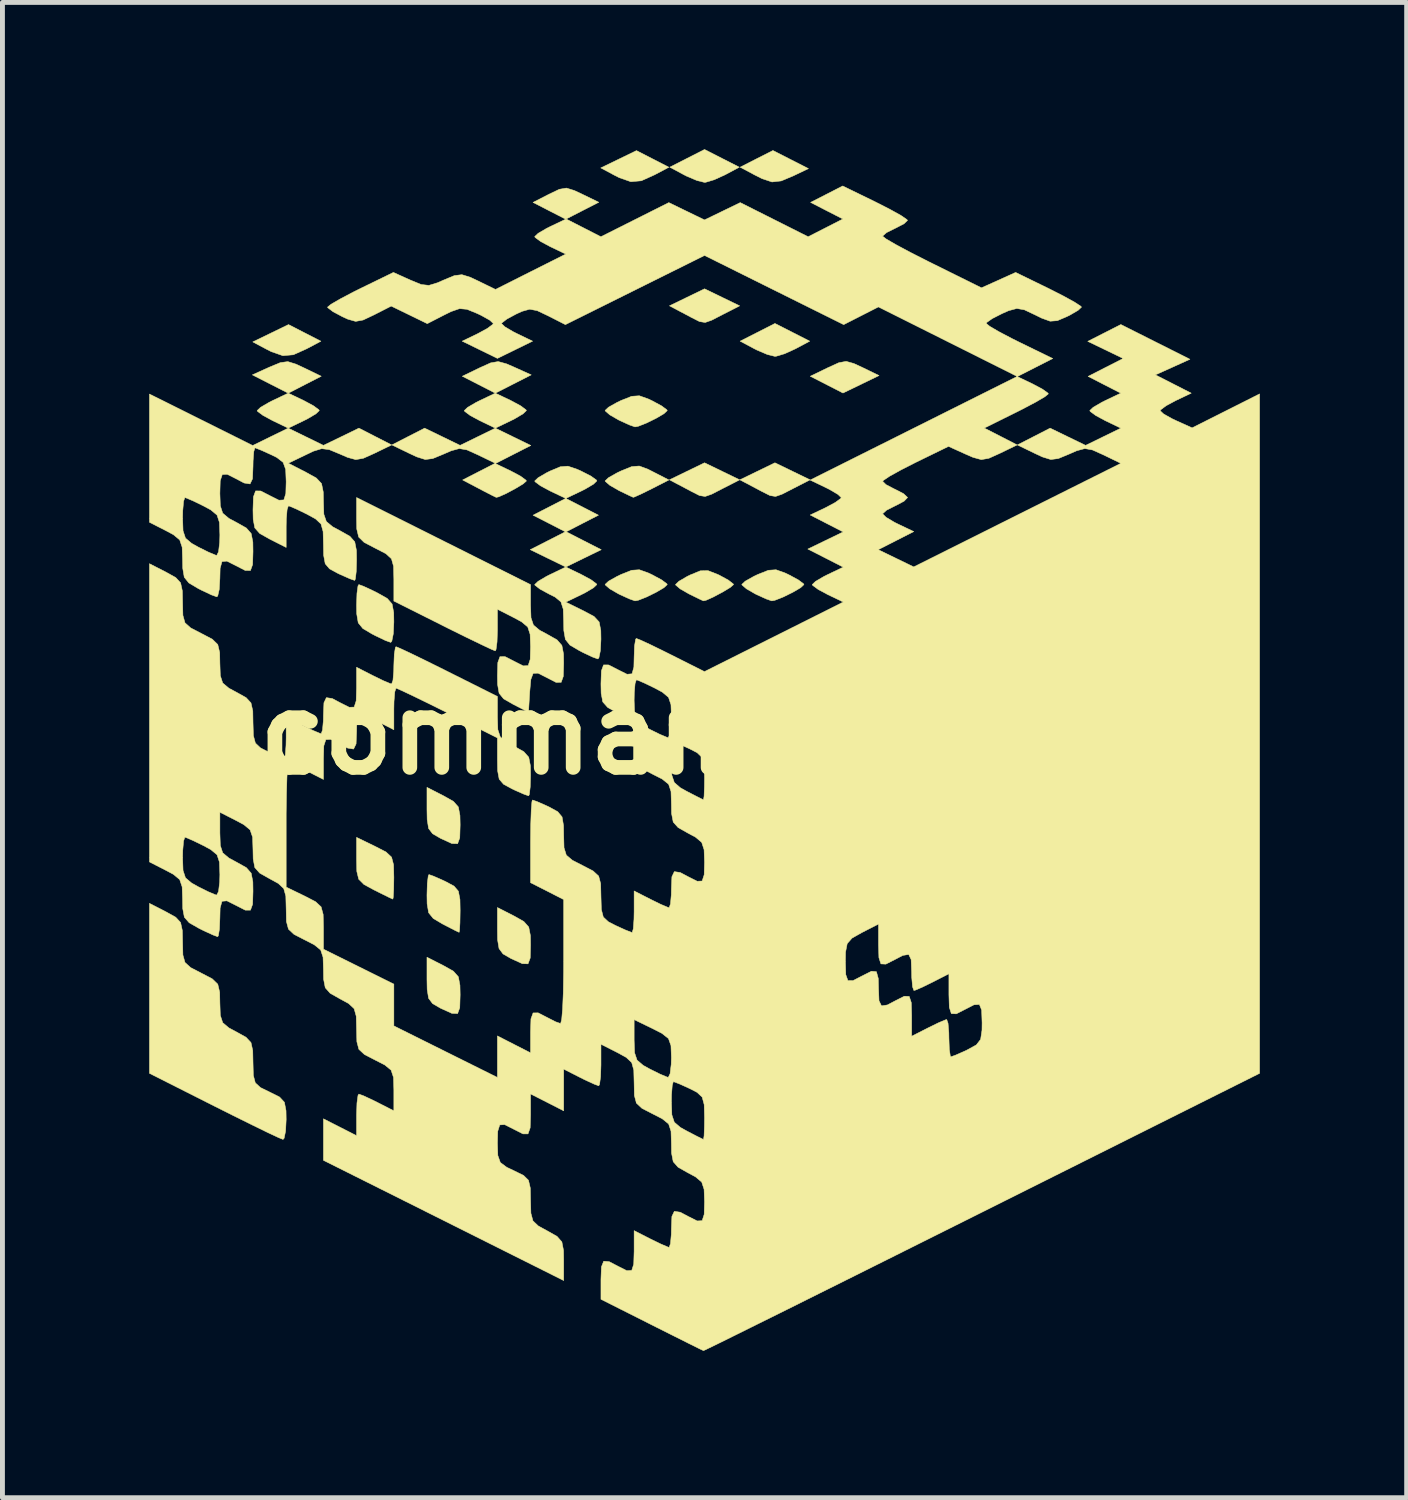
<source format=kicad_pcb>
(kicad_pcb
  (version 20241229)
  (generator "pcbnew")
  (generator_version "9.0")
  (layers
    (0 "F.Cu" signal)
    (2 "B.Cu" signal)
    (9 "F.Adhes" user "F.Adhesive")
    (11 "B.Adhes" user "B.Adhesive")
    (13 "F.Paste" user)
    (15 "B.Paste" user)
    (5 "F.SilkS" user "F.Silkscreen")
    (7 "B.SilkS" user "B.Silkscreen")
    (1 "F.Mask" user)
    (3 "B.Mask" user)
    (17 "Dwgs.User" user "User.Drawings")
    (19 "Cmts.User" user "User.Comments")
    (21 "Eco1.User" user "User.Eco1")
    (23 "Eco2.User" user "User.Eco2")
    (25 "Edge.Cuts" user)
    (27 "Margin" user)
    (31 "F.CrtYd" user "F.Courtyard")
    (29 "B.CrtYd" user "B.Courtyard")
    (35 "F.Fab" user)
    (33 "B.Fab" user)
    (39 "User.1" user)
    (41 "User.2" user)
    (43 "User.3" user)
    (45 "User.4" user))
  (footprint "command block"
    (layer "F.Cu")
    (at 11.35 11.946)
    (property "Reference" "command block" (at 0 0 0) (layer "F.SilkS") (effects (font (size 1.524 1.524) (thickness 0.3))))
    (attr through_hole)
    (fp_poly (pts (xy 3.052 -7.566) (xy 3.223 -7.487) (xy 3.567 -7.32) (xy 2.83 -6.963) (xy 2.161 -7.306) (xy 2.52 -7.48) (xy 2.744 -7.582) (xy 2.895 -7.61) (xy 3.052 -7.566)) (stroke (width 0.01) (type solid)) (fill yes) (layer "F.SilkS"))
    (fp_poly (pts (xy -8.172 -8.192) (xy -7.841 -8.022) (xy -8.133 -7.867) (xy -8.404 -7.745) (xy -8.618 -7.726) (xy -8.856 -7.809) (xy -8.956 -7.86) (xy -9.233 -8.008) (xy -8.503 -8.362) (xy -8.172 -8.192)) (stroke (width 0.01) (type solid)) (fill yes) (layer "F.SilkS"))
    (fp_poly (pts (xy -1.06 -11.748) (xy -0.729 -11.578) (xy -1.021 -11.423) (xy -1.292 -11.301) (xy -1.506 -11.282) (xy -1.744 -11.365) (xy -1.844 -11.416) (xy -2.121 -11.564) (xy -1.391 -11.918) (xy -1.06 -11.748)) (stroke (width 0.01) (type solid)) (fill yes) (layer "F.SilkS"))
    (fp_poly (pts (xy 0.718 -8.745) (xy 0.362 -8.563) (xy 0.145 -8.451) (xy 0.013 -8.405) (xy -0.103 -8.424) (xy -0.273 -8.51) (xy -0.38 -8.567) (xy -0.717 -8.745) (xy -0.359 -8.919) (xy 0 -9.093) (xy 0.718 -8.745)) (stroke (width 0.01) (type solid)) (fill yes) (layer "F.SilkS"))
    (fp_poly (pts (xy 0.718 -5.189) (xy 0.362 -5.007) (xy 0.145 -4.895) (xy 0.013 -4.849) (xy -0.103 -4.868) (xy -0.273 -4.954) (xy -0.38 -5.011) (xy -0.717 -5.189) (xy -0.359 -5.363) (xy 0 -5.537) (xy 0.718 -5.189)) (stroke (width 0.01) (type solid)) (fill yes) (layer "F.SilkS"))
    (fp_poly (pts (xy 1.761 -11.735) (xy 2.124 -11.55) (xy 1.821 -11.405) (xy 1.567 -11.298) (xy 1.379 -11.277) (xy 1.175 -11.345) (xy 1.02 -11.423) (xy 0.728 -11.579) (xy 1.063 -11.75) (xy 1.398 -11.92) (xy 1.761 -11.735)) (stroke (width 0.01) (type solid)) (fill yes) (layer "F.SilkS"))
    (fp_poly (pts (xy 1.798 -5.363) (xy 2.157 -5.189) (xy 1.802 -5.007) (xy 1.584 -4.895) (xy 1.452 -4.849) (xy 1.337 -4.868) (xy 1.166 -4.954) (xy 1.059 -5.011) (xy 0.722 -5.189) (xy 1.439 -5.537) (xy 1.798 -5.363)) (stroke (width 0.01) (type solid)) (fill yes) (layer "F.SilkS"))
    (fp_poly (pts (xy 0.355 -11.76) (xy 0.711 -11.579) (xy 0.419 -11.423) (xy 0.197 -11.322) (xy 0.023 -11.27) (xy 0 -11.268) (xy -0.154 -11.306) (xy -0.373 -11.399) (xy -0.419 -11.423) (xy -0.711 -11.579) (xy 0 -11.941) (xy 0.355 -11.76)) (stroke (width 0.01) (type solid)) (fill yes) (layer "F.SilkS"))
    (fp_poly (pts (xy 1.795 -8.204) (xy 2.15 -8.023) (xy 1.858 -7.867) (xy 1.637 -7.766) (xy 1.462 -7.714) (xy 1.439 -7.712) (xy 1.285 -7.75) (xy 1.067 -7.843) (xy 1.02 -7.867) (xy 0.728 -8.023) (xy 1.084 -8.204) (xy 1.439 -8.385) (xy 1.795 -8.204)) (stroke (width 0.01) (type solid)) (fill yes) (layer "F.SilkS"))
    (fp_poly (pts (xy -5.334 1.27) (xy -5.132 1.384) (xy -5.032 1.497) (xy -4.999 1.672) (xy -4.995 1.864) (xy -5.003 2.129) (xy -5.047 2.248) (xy -5.164 2.245) (xy -5.387 2.143) (xy -5.397 2.138) (xy -5.558 2.045) (xy -5.64 1.937) (xy -5.669 1.756) (xy -5.673 1.549) (xy -5.673 1.097) (xy -5.334 1.27)) (stroke (width 0.01) (type solid)) (fill yes) (layer "F.SilkS"))
    (fp_poly (pts (xy -5.334 4.741) (xy -5.132 4.855) (xy -5.032 4.968) (xy -4.999 5.143) (xy -4.995 5.336) (xy -5.003 5.601) (xy -5.047 5.72) (xy -5.164 5.716) (xy -5.387 5.615) (xy -5.397 5.61) (xy -5.558 5.517) (xy -5.64 5.408) (xy -5.669 5.228) (xy -5.673 5.021) (xy -5.673 4.569) (xy -5.334 4.741)) (stroke (width 0.01) (type solid)) (fill yes) (layer "F.SilkS"))
    (fp_poly (pts (xy -3.895 3.725) (xy -3.693 3.839) (xy -3.593 3.952) (xy -3.559 4.127) (xy -3.556 4.32) (xy -3.563 4.585) (xy -3.608 4.704) (xy -3.725 4.7) (xy -3.948 4.599) (xy -3.958 4.594) (xy -4.119 4.501) (xy -4.2 4.392) (xy -4.23 4.212) (xy -4.233 4.005) (xy -4.233 3.553) (xy -3.895 3.725)) (stroke (width 0.01) (type solid)) (fill yes) (layer "F.SilkS"))
    (fp_poly (pts (xy -6.731 2.304) (xy -6.51 2.418) (xy -6.397 2.523) (xy -6.356 2.679) (xy -6.35 2.938) (xy -6.354 3.186) (xy -6.363 3.347) (xy -6.371 3.381) (xy -6.452 3.344) (xy -6.634 3.254) (xy -6.752 3.195) (xy -6.961 3.082) (xy -7.068 2.975) (xy -7.107 2.814) (xy -7.112 2.567) (xy -7.112 2.119) (xy -6.731 2.304)) (stroke (width 0.01) (type solid)) (fill yes) (layer "F.SilkS"))
    (fp_poly (pts (xy -1.156 -5.405) (xy -1.052 -5.352) (xy -0.728 -5.186) (xy -1.08 -5.006) (xy -1.293 -4.901) (xy -1.431 -4.839) (xy -1.457 -4.831) (xy -1.541 -4.869) (xy -1.717 -4.954) (xy -1.757 -4.974) (xy -1.937 -5.078) (xy -2.029 -5.158) (xy -2.032 -5.167) (xy -1.962 -5.233) (xy -1.787 -5.332) (xy -1.705 -5.371) (xy -1.488 -5.459) (xy -1.334 -5.471) (xy -1.156 -5.405)) (stroke (width 0.01) (type solid)) (fill yes) (layer "F.SilkS"))
    (fp_poly (pts (xy -6.97 -3.013) (xy -6.779 -2.924) (xy -6.685 -2.877) (xy -6.485 -2.764) (xy -6.386 -2.651) (xy -6.353 -2.475) (xy -6.35 -2.284) (xy -6.361 -2.044) (xy -6.391 -1.893) (xy -6.413 -1.866) (xy -6.522 -1.905) (xy -6.717 -1.998) (xy -6.795 -2.038) (xy -6.984 -2.15) (xy -7.078 -2.266) (xy -7.109 -2.449) (xy -7.112 -2.627) (xy -7.104 -2.868) (xy -7.083 -3.02) (xy -7.066 -3.048) (xy -6.97 -3.013)) (stroke (width 0.01) (type solid)) (fill yes) (layer "F.SilkS"))
    (fp_poly (pts (xy -5.539 2.912) (xy -5.353 2.994) (xy -5.295 3.021) (xy -5.12 3.115) (xy -5.031 3.219) (xy -4.999 3.39) (xy -4.995 3.614) (xy -4.999 3.863) (xy -5.008 4.025) (xy -5.016 4.06) (xy -5.097 4.022) (xy -5.274 3.931) (xy -5.355 3.889) (xy -5.545 3.776) (xy -5.639 3.66) (xy -5.67 3.478) (xy -5.673 3.3) (xy -5.666 3.059) (xy -5.647 2.907) (xy -5.633 2.879) (xy -5.539 2.912)) (stroke (width 0.01) (type solid)) (fill yes) (layer "F.SilkS"))
    (fp_poly (pts (xy -1.148 -6.841) (xy -1.074 -6.806) (xy -0.879 -6.701) (xy -0.77 -6.62) (xy -0.762 -6.604) (xy -0.83 -6.54) (xy -0.994 -6.444) (xy -1.19 -6.348) (xy -1.358 -6.282) (xy -1.421 -6.271) (xy -1.531 -6.309) (xy -1.722 -6.396) (xy -1.757 -6.413) (xy -1.937 -6.517) (xy -2.029 -6.597) (xy -2.032 -6.607) (xy -1.962 -6.673) (xy -1.788 -6.771) (xy -1.709 -6.809) (xy -1.49 -6.896) (xy -1.333 -6.907) (xy -1.148 -6.841)) (stroke (width 0.01) (type solid)) (fill yes) (layer "F.SilkS"))
    (fp_poly (pts (xy -1.148 -3.285) (xy -1.074 -3.25) (xy -0.879 -3.145) (xy -0.77 -3.064) (xy -0.762 -3.048) (xy -0.83 -2.984) (xy -0.994 -2.888) (xy -1.19 -2.792) (xy -1.358 -2.726) (xy -1.421 -2.715) (xy -1.531 -2.753) (xy -1.722 -2.84) (xy -1.757 -2.857) (xy -1.937 -2.961) (xy -2.029 -3.041) (xy -2.032 -3.051) (xy -1.962 -3.117) (xy -1.788 -3.215) (xy -1.709 -3.253) (xy -1.49 -3.34) (xy -1.333 -3.351) (xy -1.148 -3.285)) (stroke (width 0.01) (type solid)) (fill yes) (layer "F.SilkS"))
    (fp_poly (pts (xy 0.27 -3.255) (xy 0.296 -3.243) (xy 0.486 -3.14) (xy 0.587 -3.061) (xy 0.593 -3.048) (xy 0.526 -2.989) (xy 0.368 -2.894) (xy 0.182 -2.795) (xy 0.029 -2.726) (xy -0.024 -2.715) (xy -0.104 -2.752) (xy -0.277 -2.837) (xy -0.318 -2.857) (xy -0.498 -2.96) (xy -0.59 -3.039) (xy -0.593 -3.048) (xy -0.524 -3.115) (xy -0.353 -3.215) (xy -0.296 -3.243) (xy -0.087 -3.329) (xy 0.07 -3.333) (xy 0.27 -3.255)) (stroke (width 0.01) (type solid)) (fill yes) (layer "F.SilkS"))
    (fp_poly (pts (xy 1.646 -3.285) (xy 1.72 -3.25) (xy 1.915 -3.145) (xy 2.024 -3.064) (xy 2.032 -3.048) (xy 1.964 -2.984) (xy 1.8 -2.888) (xy 1.604 -2.792) (xy 1.436 -2.726) (xy 1.373 -2.715) (xy 1.263 -2.753) (xy 1.072 -2.84) (xy 1.037 -2.857) (xy 0.857 -2.961) (xy 0.765 -3.041) (xy 0.762 -3.051) (xy 0.832 -3.117) (xy 1.006 -3.215) (xy 1.085 -3.253) (xy 1.304 -3.34) (xy 1.461 -3.351) (xy 1.646 -3.285)) (stroke (width 0.01) (type solid)) (fill yes) (layer "F.SilkS"))
    (fp_poly (pts (xy -9.023 -6.504) (xy -9.135 -6.587) (xy -9.144 -6.604) (xy -9.075 -6.67) (xy -8.902 -6.771) (xy -8.827 -6.809) (xy -8.509 -6.96) (xy -8.876 -7.147) (xy -9.242 -7.334) (xy -8.893 -7.492) (xy -8.671 -7.584) (xy -8.517 -7.605) (xy -8.348 -7.552) (xy -8.189 -7.478) (xy -7.834 -7.306) (xy -8.171 -7.133) (xy -8.508 -6.96) (xy -8.191 -6.809) (xy -7.994 -6.703) (xy -7.883 -6.621) (xy -7.874 -6.604) (xy -7.943 -6.538) (xy -8.115 -6.436) (xy -8.191 -6.398) (xy -8.509 -6.245) (xy -8.826 -6.398) (xy -9.023 -6.504)) (stroke (width 0.01) (type solid)) (fill yes) (layer "F.SilkS"))
    (fp_poly (pts (xy -4.79 -6.504) (xy -4.901 -6.587) (xy -4.911 -6.604) (xy -4.842 -6.67) (xy -4.669 -6.771) (xy -4.593 -6.809) (xy -4.276 -6.96) (xy -4.613 -7.133) (xy -4.951 -7.306) (xy -4.596 -7.478) (xy -4.372 -7.579) (xy -4.217 -7.606) (xy -4.049 -7.56) (xy -3.892 -7.492) (xy -3.542 -7.334) (xy -3.909 -7.147) (xy -4.276 -6.96) (xy -3.958 -6.809) (xy -3.761 -6.703) (xy -3.65 -6.621) (xy -3.641 -6.604) (xy -3.71 -6.538) (xy -3.882 -6.436) (xy -3.958 -6.398) (xy -4.276 -6.245) (xy -4.593 -6.398) (xy -4.79 -6.504)) (stroke (width 0.01) (type solid)) (fill yes) (layer "F.SilkS"))
    (fp_poly (pts (xy -3.562 -3.761) (xy -3.203 -3.944) (xy -2.845 -4.127) (xy -3.175 -4.297) (xy -3.505 -4.466) (xy -2.837 -4.809) (xy -3.154 -4.96) (xy -3.351 -5.066) (xy -3.462 -5.148) (xy -3.471 -5.165) (xy -3.402 -5.231) (xy -3.23 -5.332) (xy -3.16 -5.367) (xy -2.948 -5.456) (xy -2.792 -5.468) (xy -2.601 -5.403) (xy -2.525 -5.369) (xy -2.325 -5.267) (xy -2.211 -5.186) (xy -2.201 -5.167) (xy -2.27 -5.1) (xy -2.443 -4.998) (xy -2.519 -4.96) (xy -2.836 -4.809) (xy -2.168 -4.466) (xy -2.498 -4.297) (xy -2.828 -4.127) (xy -2.47 -3.944) (xy -2.111 -3.761) (xy -2.474 -3.584) (xy -2.836 -3.407) (xy -3.199 -3.584) (xy -3.562 -3.761)) (stroke (width 0.01) (type solid)) (fill yes) (layer "F.SilkS"))
    (fp_poly (pts (xy -3.913 -6.068) (xy -3.55 -5.891) (xy -3.913 -5.706) (xy -4.276 -5.521) (xy -3.958 -5.369) (xy -3.761 -5.264) (xy -3.65 -5.182) (xy -3.641 -5.165) (xy -3.707 -5.106) (xy -3.865 -5.011) (xy -4.051 -4.911) (xy -4.205 -4.842) (xy -4.257 -4.83) (xy -4.336 -4.868) (xy -4.513 -4.959) (xy -4.61 -5.01) (xy -4.944 -5.186) (xy -4.611 -5.357) (xy -4.278 -5.528) (xy -4.633 -5.7) (xy -4.857 -5.801) (xy -5.012 -5.828) (xy -5.18 -5.782) (xy -5.334 -5.715) (xy -5.554 -5.624) (xy -5.708 -5.604) (xy -5.878 -5.657) (xy -6.035 -5.73) (xy -6.39 -5.902) (xy -6.055 -6.074) (xy -5.721 -6.245) (xy -5.358 -6.069) (xy -4.996 -5.893) (xy -4.276 -6.245) (xy -3.913 -6.068)) (stroke (width 0.01) (type solid)) (fill yes) (layer "F.SilkS"))
    (fp_poly (pts (xy -2.519 -3.254) (xy -2.322 -3.148) (xy -2.211 -3.065) (xy -2.201 -3.048) (xy -2.27 -2.982) (xy -2.443 -2.88) (xy -2.519 -2.842) (xy -2.836 -2.689) (xy -2.477 -2.513) (xy -2.259 -2.397) (xy -2.154 -2.284) (xy -2.12 -2.109) (xy -2.117 -1.931) (xy -2.129 -1.696) (xy -2.159 -1.551) (xy -2.18 -1.528) (xy -2.289 -1.567) (xy -2.484 -1.659) (xy -2.561 -1.699) (xy -2.751 -1.811) (xy -2.844 -1.927) (xy -2.876 -2.109) (xy -2.879 -2.289) (xy -2.888 -2.546) (xy -2.935 -2.694) (xy -3.053 -2.792) (xy -3.175 -2.853) (xy -3.364 -2.956) (xy -3.466 -3.035) (xy -3.471 -3.048) (xy -3.402 -3.114) (xy -3.23 -3.216) (xy -3.154 -3.254) (xy -2.836 -3.407) (xy -2.519 -3.254)) (stroke (width 0.01) (type solid)) (fill yes) (layer "F.SilkS"))
    (fp_poly (pts (xy -11.007 3.641) (xy -10.809 3.751) (xy -10.709 3.859) (xy -10.673 4.024) (xy -10.668 4.261) (xy -10.662 4.523) (xy -10.619 4.676) (xy -10.503 4.781) (xy -10.287 4.893) (xy -10.061 5.011) (xy -9.949 5.12) (xy -9.91 5.284) (xy -9.906 5.501) (xy -9.897 5.757) (xy -9.848 5.907) (xy -9.722 6.013) (xy -9.567 6.096) (xy -9.371 6.205) (xy -9.27 6.313) (xy -9.234 6.477) (xy -9.229 6.72) (xy -9.222 6.984) (xy -9.182 7.136) (xy -9.076 7.233) (xy -8.89 7.324) (xy -8.686 7.426) (xy -8.587 7.533) (xy -8.554 7.706) (xy -8.551 7.887) (xy -8.563 8.123) (xy -8.593 8.269) (xy -8.615 8.293) (xy -8.708 8.255) (xy -8.926 8.153) (xy -9.243 7.998) (xy -9.635 7.804) (xy -10.012 7.615) (xy -11.345 6.942) (xy -11.345 3.468) (xy -11.007 3.641)) (stroke (width 0.01) (type solid)) (fill yes) (layer "F.SilkS"))
    (fp_poly (pts (xy -5.334 -3.937) (xy -3.556 -3.047) (xy -3.556 -2.626) (xy -3.547 -2.37) (xy -3.497 -2.221) (xy -3.37 -2.114) (xy -3.217 -2.032) (xy -3.015 -1.918) (xy -2.916 -1.805) (xy -2.882 -1.63) (xy -2.879 -1.438) (xy -2.887 -1.171) (xy -2.931 -1.049) (xy -3.037 -1.05) (xy -3.217 -1.143) (xy -3.402 -1.237) (xy -3.503 -1.234) (xy -3.55 -1.109) (xy -3.573 -0.855) (xy -3.598 -0.439) (xy -3.916 -0.603) (xy -4.106 -0.712) (xy -4.199 -0.827) (xy -4.23 -1.008) (xy -4.233 -1.187) (xy -4.225 -1.454) (xy -4.181 -1.575) (xy -4.075 -1.574) (xy -3.895 -1.482) (xy -3.706 -1.386) (xy -3.605 -1.391) (xy -3.563 -1.52) (xy -3.556 -1.776) (xy -3.565 -2.032) (xy -3.614 -2.182) (xy -3.741 -2.288) (xy -3.895 -2.371) (xy -4.233 -2.543) (xy -4.233 -2.118) (xy -4.241 -1.876) (xy -4.261 -1.722) (xy -4.277 -1.693) (xy -4.365 -1.729) (xy -4.574 -1.828) (xy -4.876 -1.974) (xy -5.242 -2.155) (xy -5.335 -2.202) (xy -6.35 -2.711) (xy -6.35 -3.159) (xy -6.356 -3.422) (xy -6.399 -3.575) (xy -6.514 -3.68) (xy -6.731 -3.792) (xy -6.957 -3.91) (xy -7.069 -4.019) (xy -7.108 -4.183) (xy -7.112 -4.402) (xy -7.112 -4.827) (xy -5.334 -3.937)) (stroke (width 0.01) (type solid)) (fill yes) (layer "F.SilkS"))
    (fp_poly (pts (xy -8.149 -6.069) (xy -7.789 -5.893) (xy -7.426 -6.069) (xy -7.064 -6.245) (xy -6.395 -5.902) (xy -6.749 -5.73) (xy -6.974 -5.629) (xy -7.129 -5.602) (xy -7.297 -5.648) (xy -7.451 -5.715) (xy -7.67 -5.806) (xy -7.825 -5.826) (xy -7.995 -5.774) (xy -8.152 -5.699) (xy -8.507 -5.528) (xy -8.148 -5.344) (xy -7.934 -5.225) (xy -7.828 -5.112) (xy -7.793 -4.94) (xy -7.789 -4.741) (xy -7.781 -4.486) (xy -7.73 -4.337) (xy -7.602 -4.23) (xy -7.451 -4.149) (xy -7.249 -4.035) (xy -7.149 -3.922) (xy -7.115 -3.747) (xy -7.112 -3.554) (xy -7.119 -3.313) (xy -7.137 -3.161) (xy -7.151 -3.133) (xy -7.246 -3.166) (xy -7.432 -3.248) (xy -7.49 -3.275) (xy -7.665 -3.37) (xy -7.753 -3.474) (xy -7.785 -3.646) (xy -7.789 -3.866) (xy -7.796 -4.131) (xy -7.839 -4.286) (xy -7.95 -4.39) (xy -8.125 -4.486) (xy -8.337 -4.589) (xy -8.48 -4.65) (xy -8.506 -4.657) (xy -8.532 -4.58) (xy -8.548 -4.386) (xy -8.551 -4.232) (xy -8.551 -3.807) (xy -8.89 -3.979) (xy -9.092 -4.093) (xy -9.192 -4.206) (xy -9.225 -4.381) (xy -9.229 -4.574) (xy -9.22 -4.841) (xy -9.176 -4.962) (xy -9.071 -4.961) (xy -8.89 -4.868) (xy -8.699 -4.772) (xy -8.598 -4.778) (xy -8.558 -4.91) (xy -8.551 -5.149) (xy -8.561 -5.401) (xy -8.613 -5.545) (xy -8.741 -5.645) (xy -8.851 -5.699) (xy -9.051 -5.79) (xy -9.176 -5.839) (xy -9.189 -5.842) (xy -9.213 -5.766) (xy -9.227 -5.575) (xy -9.229 -5.461) (xy -9.239 -5.21) (xy -9.289 -5.105) (xy -9.411 -5.124) (xy -9.567 -5.207) (xy -9.756 -5.302) (xy -9.857 -5.297) (xy -9.899 -5.169) (xy -9.906 -4.912) (xy -9.897 -4.657) (xy -9.848 -4.507) (xy -9.721 -4.4) (xy -9.567 -4.318) (xy -9.365 -4.204) (xy -9.266 -4.091) (xy -9.232 -3.916) (xy -9.229 -3.724) (xy -9.237 -3.457) (xy -9.281 -3.335) (xy -9.387 -3.336) (xy -9.567 -3.429) (xy -9.762 -3.527) (xy -9.863 -3.518) (xy -9.901 -3.379) (xy -9.906 -3.175) (xy -9.919 -2.949) (xy -9.95 -2.814) (xy -9.97 -2.798) (xy -10.078 -2.837) (xy -10.273 -2.929) (xy -10.351 -2.969) (xy -10.541 -3.082) (xy -10.634 -3.198) (xy -10.665 -3.382) (xy -10.668 -3.556) (xy -10.677 -3.812) (xy -10.727 -3.961) (xy -10.856 -4.068) (xy -11.007 -4.149) (xy -11.345 -4.321) (xy -11.345 -4.405) (xy -10.668 -4.405) (xy -10.659 -4.148) (xy -10.609 -3.997) (xy -10.483 -3.89) (xy -10.351 -3.816) (xy -10.14 -3.711) (xy -9.994 -3.65) (xy -9.97 -3.644) (xy -9.933 -3.718) (xy -9.91 -3.911) (xy -9.906 -4.062) (xy -9.915 -4.318) (xy -9.964 -4.468) (xy -10.091 -4.574) (xy -10.241 -4.655) (xy -10.454 -4.759) (xy -10.597 -4.819) (xy -10.622 -4.826) (xy -10.648 -4.75) (xy -10.665 -4.555) (xy -10.668 -4.405) (xy -11.345 -4.405) (xy -11.345 -6.942) (xy -10.29 -6.416) (xy -9.235 -5.89) (xy -8.872 -6.068) (xy -8.509 -6.245) (xy -8.149 -6.069)) (stroke (width 0.01) (type solid)) (fill yes) (layer "F.SilkS"))
    (fp_poly (pts (xy 3.486 -10.872) (xy 3.783 -10.721) (xy 4.012 -10.594) (xy 4.136 -10.509) (xy 4.149 -10.492) (xy 4.079 -10.424) (xy 3.91 -10.336) (xy 3.895 -10.329) (xy 3.72 -10.242) (xy 3.641 -10.172) (xy 3.641 -10.168) (xy 3.712 -10.112) (xy 3.908 -9.998) (xy 4.201 -9.841) (xy 4.562 -9.657) (xy 4.651 -9.613) (xy 5.661 -9.113) (xy 6.01 -9.27) (xy 6.359 -9.428) (xy 7.032 -9.1) (xy 7.331 -8.948) (xy 7.562 -8.821) (xy 7.69 -8.737) (xy 7.705 -8.719) (xy 7.636 -8.654) (xy 7.465 -8.554) (xy 7.405 -8.525) (xy 7.211 -8.442) (xy 7.064 -8.431) (xy 6.888 -8.495) (xy 6.759 -8.559) (xy 6.537 -8.664) (xy 6.383 -8.691) (xy 6.215 -8.646) (xy 6.084 -8.588) (xy 5.883 -8.486) (xy 5.768 -8.405) (xy 5.757 -8.386) (xy 5.828 -8.327) (xy 6.018 -8.216) (xy 6.292 -8.072) (xy 6.437 -8) (xy 7.117 -7.668) (xy 6.392 -7.299) (xy 6.71 -7.147) (xy 6.907 -7.042) (xy 7.018 -6.962) (xy 7.027 -6.946) (xy 6.957 -6.888) (xy 6.768 -6.777) (xy 6.497 -6.634) (xy 6.372 -6.571) (xy 5.718 -6.247) (xy 6.054 -6.075) (xy 6.39 -5.902) (xy 6.035 -5.73) (xy 5.811 -5.629) (xy 5.656 -5.602) (xy 5.488 -5.648) (xy 5.334 -5.715) (xy 4.987 -5.872) (xy 4.314 -5.544) (xy 4.014 -5.391) (xy 3.783 -5.263) (xy 3.655 -5.177) (xy 3.641 -5.158) (xy 3.71 -5.09) (xy 3.879 -5.002) (xy 3.895 -4.995) (xy 4.069 -4.905) (xy 4.148 -4.83) (xy 4.149 -4.826) (xy 4.079 -4.753) (xy 3.91 -4.663) (xy 3.895 -4.657) (xy 3.72 -4.568) (xy 3.641 -4.496) (xy 3.641 -4.493) (xy 3.71 -4.423) (xy 3.883 -4.32) (xy 3.958 -4.283) (xy 4.276 -4.131) (xy 3.913 -3.946) (xy 3.55 -3.761) (xy 3.913 -3.585) (xy 4.276 -3.409) (xy 8.509 -5.526) (xy 8.153 -5.699) (xy 7.928 -5.8) (xy 7.773 -5.828) (xy 7.606 -5.783) (xy 7.451 -5.715) (xy 7.231 -5.624) (xy 7.077 -5.604) (xy 6.906 -5.657) (xy 6.749 -5.73) (xy 6.395 -5.902) (xy 7.064 -6.245) (xy 7.426 -6.069) (xy 7.789 -5.893) (xy 8.509 -6.245) (xy 8.191 -6.398) (xy 7.995 -6.504) (xy 7.883 -6.587) (xy 7.874 -6.604) (xy 7.943 -6.67) (xy 8.116 -6.771) (xy 8.191 -6.809) (xy 8.508 -6.96) (xy 8.174 -7.131) (xy 7.84 -7.303) (xy 8.198 -7.486) (xy 8.557 -7.669) (xy 8.195 -7.844) (xy 7.833 -8.019) (xy 8.509 -8.363) (xy 9.215 -8.008) (xy 9.921 -7.653) (xy 9.568 -7.493) (xy 9.215 -7.334) (xy 9.582 -7.147) (xy 9.948 -6.96) (xy 9.631 -6.809) (xy 9.434 -6.703) (xy 9.322 -6.619) (xy 9.313 -6.601) (xy 9.383 -6.535) (xy 9.558 -6.437) (xy 9.64 -6.398) (xy 9.966 -6.251) (xy 10.656 -6.598) (xy 11.345 -6.945) (xy 11.345 6.942) (xy 5.673 9.779) (xy 4.76 10.235) (xy 3.893 10.668) (xy 3.082 11.073) (xy 2.339 11.443) (xy 1.677 11.773) (xy 1.106 12.056) (xy 0.64 12.287) (xy 0.288 12.461) (xy 0.064 12.57) (xy -0.021 12.61) (xy -0.021 12.61) (xy -0.1 12.573) (xy -0.302 12.473) (xy -0.599 12.324) (xy -0.964 12.141) (xy -1.079 12.083) (xy -2.117 11.56) (xy -2.117 11.156) (xy -2.107 10.896) (xy -2.061 10.782) (xy -1.949 10.791) (xy -1.778 10.88) (xy -1.59 10.975) (xy -1.488 10.97) (xy -1.447 10.842) (xy -1.439 10.582) (xy -1.439 10.157) (xy -1.104 10.328) (xy -0.892 10.431) (xy -0.749 10.492) (xy -0.723 10.499) (xy -0.696 10.423) (xy -0.679 10.231) (xy -0.677 10.118) (xy -0.667 9.866) (xy -0.617 9.762) (xy -0.495 9.781) (xy -0.339 9.864) (xy -0.15 9.959) (xy -0.049 9.954) (xy -0.007 9.825) (xy 0 9.569) (xy -0.009 9.313) (xy -0.058 9.164) (xy -0.185 9.057) (xy -0.339 8.975) (xy -0.54 8.861) (xy -0.64 8.748) (xy -0.674 8.574) (xy -0.677 8.379) (xy -0.685 8.125) (xy -0.734 7.976) (xy -0.865 7.87) (xy -1.058 7.771) (xy -1.279 7.657) (xy -1.392 7.551) (xy -1.397 7.533) (xy -0.677 7.533) (xy -0.668 7.79) (xy -0.618 7.941) (xy -0.493 8.048) (xy -0.36 8.122) (xy -0.16 8.226) (xy -0.037 8.287) (xy -0.021 8.294) (xy -0.009 8.219) (xy -0.002 8.024) (xy 0 7.847) (xy -0.007 7.582) (xy -0.048 7.429) (xy -0.152 7.331) (xy -0.299 7.255) (xy -0.499 7.164) (xy -0.625 7.115) (xy -0.638 7.112) (xy -0.66 7.188) (xy -0.675 7.383) (xy -0.677 7.533) (xy -1.397 7.533) (xy -1.434 7.395) (xy -1.439 7.139) (xy -1.446 6.875) (xy -1.489 6.721) (xy -1.601 6.616) (xy -1.778 6.519) (xy -2.117 6.347) (xy -2.117 6.772) (xy -2.125 7.014) (xy -2.146 7.168) (xy -2.162 7.197) (xy -2.259 7.161) (xy -2.449 7.073) (xy -2.543 7.026) (xy -2.879 6.855) (xy -2.879 7.708) (xy -3.217 7.535) (xy -3.556 7.363) (xy -3.556 7.788) (xy -3.564 8.056) (xy -3.608 8.179) (xy -3.712 8.179) (xy -3.895 8.086) (xy -4.085 7.99) (xy -4.186 7.996) (xy -4.227 8.127) (xy -4.233 8.369) (xy -4.225 8.62) (xy -4.174 8.764) (xy -4.043 8.862) (xy -3.895 8.932) (xy -3.698 9.029) (xy -3.598 9.128) (xy -3.561 9.287) (xy -3.556 9.536) (xy -3.549 9.801) (xy -3.507 9.957) (xy -3.398 10.061) (xy -3.217 10.16) (xy -3.015 10.274) (xy -2.916 10.387) (xy -2.882 10.562) (xy -2.879 10.755) (xy -2.879 11.177) (xy -5.334 9.948) (xy -7.789 8.72) (xy -7.789 7.871) (xy -7.451 8.043) (xy -7.112 8.216) (xy -7.112 7.791) (xy -7.104 7.549) (xy -7.083 7.395) (xy -7.066 7.366) (xy -6.97 7.401) (xy -6.779 7.49) (xy -6.685 7.537) (xy -6.35 7.708) (xy -6.35 7.282) (xy -6.357 7.026) (xy -6.406 6.877) (xy -6.535 6.771) (xy -6.731 6.671) (xy -6.952 6.556) (xy -7.065 6.451) (xy -7.106 6.295) (xy -7.112 6.039) (xy -7.119 5.774) (xy -7.162 5.62) (xy -7.274 5.515) (xy -7.451 5.419) (xy -7.652 5.305) (xy -7.752 5.192) (xy -7.786 5.018) (xy -7.789 4.823) (xy -7.797 4.569) (xy -7.846 4.42) (xy -7.977 4.314) (xy -8.17 4.215) (xy -8.391 4.101) (xy -8.504 3.995) (xy -8.546 3.839) (xy -8.551 3.583) (xy -8.558 3.319) (xy -8.601 3.165) (xy -8.713 3.06) (xy -8.89 2.963) (xy -9.092 2.849) (xy -9.192 2.736) (xy -9.225 2.56) (xy -9.229 2.371) (xy -9.237 2.115) (xy -9.288 1.966) (xy -9.416 1.859) (xy -9.567 1.778) (xy -9.906 1.605) (xy -9.906 2.029) (xy -9.897 2.285) (xy -9.848 2.435) (xy -9.722 2.541) (xy -9.567 2.625) (xy -9.365 2.738) (xy -9.266 2.851) (xy -9.232 3.027) (xy -9.229 3.219) (xy -9.237 3.486) (xy -9.281 3.607) (xy -9.387 3.606) (xy -9.567 3.514) (xy -9.762 3.416) (xy -9.863 3.425) (xy -9.901 3.564) (xy -9.906 3.768) (xy -9.915 3.995) (xy -9.938 4.131) (xy -9.952 4.149) (xy -10.048 4.113) (xy -10.239 4.025) (xy -10.333 3.978) (xy -10.533 3.864) (xy -10.632 3.751) (xy -10.665 3.574) (xy -10.668 3.387) (xy -10.677 3.131) (xy -10.727 2.982) (xy -10.855 2.875) (xy -11.007 2.794) (xy -11.345 2.621) (xy -11.345 2.538) (xy -10.668 2.538) (xy -10.659 2.795) (xy -10.609 2.946) (xy -10.483 3.053) (xy -10.351 3.127) (xy -10.14 3.232) (xy -9.994 3.293) (xy -9.97 3.298) (xy -9.933 3.224) (xy -9.91 3.031) (xy -9.906 2.88) (xy -9.915 2.624) (xy -9.964 2.475) (xy -10.091 2.369) (xy -10.241 2.288) (xy -10.454 2.184) (xy -10.597 2.123) (xy -10.622 2.117) (xy -10.648 2.193) (xy -10.665 2.388) (xy -10.668 2.538) (xy -11.345 2.538) (xy -11.345 -3.475) (xy -11.007 -3.302) (xy -10.809 -3.192) (xy -10.709 -3.084) (xy -10.673 -2.918) (xy -10.668 -2.682) (xy -10.662 -2.42) (xy -10.619 -2.266) (xy -10.503 -2.162) (xy -10.287 -2.05) (xy -10.061 -1.932) (xy -9.949 -1.822) (xy -9.91 -1.659) (xy -9.906 -1.442) (xy -9.897 -1.186) (xy -9.848 -1.036) (xy -9.722 -0.93) (xy -9.567 -0.847) (xy -9.37 -0.737) (xy -9.27 -0.629) (xy -9.233 -0.464) (xy -9.229 -0.226) (xy -9.221 0.039) (xy -9.18 0.192) (xy -9.076 0.29) (xy -8.929 0.365) (xy -8.729 0.456) (xy -8.604 0.505) (xy -8.591 0.508) (xy -8.568 0.432) (xy -8.554 0.237) (xy -8.551 0.083) (xy -8.551 -0.342) (xy -8.216 -0.171) (xy -8.004 -0.067) (xy -7.861 -0.007) (xy -7.835 0) (xy -7.808 -0.076) (xy -7.791 -0.267) (xy -7.789 -0.381) (xy -7.779 -0.632) (xy -7.729 -0.737) (xy -7.607 -0.718) (xy -7.451 -0.635) (xy -7.262 -0.54) (xy -7.161 -0.544) (xy -7.12 -0.672) (xy -7.112 -0.933) (xy -7.112 -1.358) (xy -6.777 -1.187) (xy -6.564 -1.083) (xy -6.421 -1.023) (xy -6.396 -1.016) (xy -6.368 -1.092) (xy -6.352 -1.283) (xy -6.35 -1.397) (xy -6.341 -1.624) (xy -6.319 -1.761) (xy -6.306 -1.778) (xy -6.219 -1.742) (xy -6.009 -1.644) (xy -5.707 -1.497) (xy -5.341 -1.316) (xy -5.248 -1.269) (xy -4.233 -0.761) (xy -4.233 -0.34) (xy -4.225 -0.084) (xy -4.175 0.065) (xy -4.047 0.172) (xy -3.895 0.254) (xy -3.693 0.368) (xy -3.593 0.481) (xy -3.559 0.656) (xy -3.556 0.848) (xy -3.563 1.089) (xy -3.581 1.242) (xy -3.595 1.27) (xy -3.69 1.237) (xy -3.876 1.155) (xy -3.934 1.127) (xy -4.108 1.033) (xy -4.197 0.929) (xy -4.229 0.758) (xy -4.233 0.535) (xy -4.233 0.086) (xy -5.248 -0.423) (xy -5.625 -0.61) (xy -5.945 -0.766) (xy -6.179 -0.877) (xy -6.298 -0.929) (xy -6.306 -0.931) (xy -6.331 -0.855) (xy -6.347 -0.66) (xy -6.35 -0.506) (xy -6.35 -0.081) (xy -6.685 -0.252) (xy -6.898 -0.356) (xy -7.041 -0.417) (xy -7.066 -0.423) (xy -7.094 -0.348) (xy -7.11 -0.156) (xy -7.112 -0.042) (xy -7.122 0.209) (xy -7.173 0.314) (xy -7.294 0.294) (xy -7.451 0.212) (xy -7.639 0.116) (xy -7.74 0.121) (xy -7.782 0.249) (xy -7.789 0.51) (xy -7.789 0.935) (xy -8.125 0.764) (xy -8.337 0.66) (xy -8.48 0.599) (xy -8.506 0.593) (xy -8.522 0.672) (xy -8.535 0.892) (xy -8.545 1.223) (xy -8.551 1.635) (xy -8.551 1.864) (xy -8.551 3.135) (xy -8.17 3.32) (xy -7.95 3.434) (xy -7.837 3.539) (xy -7.795 3.694) (xy -7.789 3.954) (xy -7.789 4.404) (xy -7.07 4.761) (xy -6.35 5.118) (xy -6.35 5.972) (xy -5.292 6.499) (xy -4.233 7.026) (xy -4.233 6.177) (xy -3.895 6.35) (xy -3.556 6.523) (xy -3.556 6.264) (xy -1.439 6.264) (xy -1.43 6.521) (xy -1.379 6.672) (xy -1.254 6.779) (xy -1.122 6.852) (xy -0.911 6.957) (xy -0.765 7.018) (xy -0.741 7.024) (xy -0.704 6.95) (xy -0.681 6.758) (xy -0.677 6.621) (xy -0.686 6.375) (xy -0.737 6.231) (xy -0.872 6.124) (xy -1.058 6.029) (xy -1.439 5.844) (xy -1.439 6.264) (xy -3.556 6.264) (xy -3.556 6.098) (xy -3.548 5.829) (xy -3.504 5.707) (xy -3.4 5.706) (xy -3.217 5.8) (xy -3.043 5.889) (xy -2.942 5.924) (xy -2.92 5.845) (xy -2.901 5.626) (xy -2.887 5.296) (xy -2.88 4.885) (xy -2.879 4.658) (xy 2.879 4.658) (xy 2.887 4.925) (xy 2.931 5.047) (xy 3.037 5.046) (xy 3.217 4.953) (xy 3.412 4.855) (xy 3.513 4.864) (xy 3.551 5.003) (xy 3.556 5.207) (xy 3.566 5.458) (xy 3.617 5.563) (xy 3.738 5.544) (xy 3.895 5.461) (xy 4.083 5.366) (xy 4.184 5.37) (xy 4.226 5.498) (xy 4.233 5.759) (xy 4.233 6.184) (xy 4.569 6.013) (xy 4.781 5.909) (xy 4.924 5.849) (xy 4.95 5.842) (xy 4.977 5.918) (xy 4.993 6.109) (xy 4.995 6.223) (xy 5.003 6.45) (xy 5.023 6.587) (xy 5.035 6.604) (xy 5.129 6.571) (xy 5.315 6.489) (xy 5.373 6.461) (xy 5.555 6.361) (xy 5.643 6.248) (xy 5.671 6.061) (xy 5.673 5.911) (xy 5.664 5.649) (xy 5.618 5.534) (xy 5.507 5.541) (xy 5.334 5.63) (xy 5.146 5.726) (xy 5.044 5.721) (xy 5.003 5.593) (xy 4.995 5.332) (xy 4.995 4.907) (xy 4.66 5.078) (xy 4.448 5.182) (xy 4.305 5.243) (xy 4.279 5.249) (xy 4.252 5.174) (xy 4.235 4.982) (xy 4.233 4.868) (xy 4.223 4.617) (xy 4.173 4.512) (xy 4.051 4.532) (xy 3.895 4.614) (xy 3.706 4.71) (xy 3.605 4.705) (xy 3.564 4.577) (xy 3.556 4.316) (xy 3.556 3.891) (xy 3.217 4.064) (xy 3.015 4.178) (xy 2.916 4.291) (xy 2.882 4.466) (xy 2.879 4.658) (xy -2.879 4.658) (xy -2.879 3.39) (xy -3.217 3.217) (xy -3.556 3.045) (xy -3.556 2.2) (xy -3.552 1.845) (xy -3.542 1.563) (xy -3.528 1.391) (xy -3.517 1.355) (xy -3.422 1.388) (xy -3.236 1.47) (xy -3.178 1.497) (xy -3.001 1.594) (xy -2.912 1.701) (xy -2.882 1.878) (xy -2.879 2.073) (xy -2.872 2.331) (xy -2.825 2.482) (xy -2.701 2.587) (xy -2.498 2.691) (xy -2.277 2.806) (xy -2.164 2.91) (xy -2.123 3.065) (xy -2.117 3.328) (xy -2.109 3.593) (xy -2.069 3.747) (xy -1.966 3.844) (xy -1.817 3.921) (xy -1.617 4.012) (xy -1.492 4.061) (xy -1.479 4.064) (xy -1.456 3.988) (xy -1.442 3.793) (xy -1.439 3.639) (xy -1.439 3.214) (xy -1.104 3.385) (xy -0.892 3.489) (xy -0.749 3.549) (xy -0.723 3.556) (xy -0.696 3.48) (xy -0.679 3.289) (xy -0.677 3.175) (xy -0.667 2.924) (xy -0.617 2.819) (xy -0.495 2.838) (xy -0.339 2.921) (xy -0.15 3.016) (xy -0.049 3.011) (xy -0.007 2.883) (xy 0 2.626) (xy -0.009 2.371) (xy -0.058 2.221) (xy -0.185 2.114) (xy -0.339 2.032) (xy -0.54 1.918) (xy -0.64 1.806) (xy -0.674 1.631) (xy -0.677 1.437) (xy -0.685 1.182) (xy -0.734 1.033) (xy -0.865 0.927) (xy -1.058 0.829) (xy -1.279 0.714) (xy -1.392 0.609) (xy -1.397 0.591) (xy -0.677 0.591) (xy -0.668 0.848) (xy -0.618 0.998) (xy -0.493 1.106) (xy -0.36 1.18) (xy -0.16 1.283) (xy -0.037 1.345) (xy -0.021 1.351) (xy -0.009 1.277) (xy -0.002 1.082) (xy 0 0.905) (xy -0.007 0.639) (xy -0.048 0.486) (xy -0.152 0.388) (xy -0.299 0.312) (xy -0.499 0.221) (xy -0.625 0.172) (xy -0.638 0.169) (xy -0.66 0.246) (xy -0.675 0.44) (xy -0.677 0.591) (xy -1.397 0.591) (xy -1.434 0.453) (xy -1.439 0.197) (xy -1.446 -0.068) (xy -1.489 -0.222) (xy -1.601 -0.327) (xy -1.778 -0.423) (xy -1.98 -0.537) (xy -2.08 -0.65) (xy -2.085 -0.679) (xy -1.439 -0.679) (xy -1.43 -0.422) (xy -1.38 -0.272) (xy -1.255 -0.164) (xy -1.122 -0.09) (xy -0.911 0.014) (xy -0.765 0.075) (xy -0.741 0.081) (xy -0.705 0.007) (xy -0.682 -0.186) (xy -0.677 -0.337) (xy -0.686 -0.593) (xy -0.736 -0.743) (xy -0.862 -0.849) (xy -1.013 -0.93) (xy -1.225 -1.033) (xy -1.368 -1.094) (xy -1.394 -1.101) (xy -1.42 -1.024) (xy -1.436 -0.83) (xy -1.439 -0.679) (xy -2.085 -0.679) (xy -2.113 -0.825) (xy -2.117 -1.018) (xy -2.108 -1.285) (xy -2.064 -1.406) (xy -1.959 -1.405) (xy -1.778 -1.312) (xy -1.584 -1.215) (xy -1.482 -1.224) (xy -1.444 -1.362) (xy -1.439 -1.566) (xy -1.431 -1.794) (xy -1.408 -1.93) (xy -1.395 -1.947) (xy -1.305 -1.912) (xy -1.1 -1.817) (xy -0.818 -1.679) (xy -0.676 -1.608) (xy -0.001 -1.269) (xy 1.418 -1.98) (xy 2.836 -2.691) (xy 2.519 -2.843) (xy 2.322 -2.949) (xy 2.211 -3.031) (xy 2.201 -3.048) (xy 2.27 -3.114) (xy 2.443 -3.215) (xy 2.519 -3.253) (xy 2.836 -3.404) (xy 2.474 -3.589) (xy 2.111 -3.774) (xy 2.473 -3.949) (xy 2.834 -4.124) (xy 2.497 -4.297) (xy 2.16 -4.47) (xy 2.477 -4.621) (xy 2.674 -4.727) (xy 2.785 -4.809) (xy 2.794 -4.826) (xy 2.725 -4.892) (xy 2.553 -4.993) (xy 2.477 -5.031) (xy 2.159 -5.184) (xy 4.275 -6.243) (xy 6.391 -7.302) (xy 3.554 -8.723) (xy 3.199 -8.542) (xy 2.844 -8.361) (xy 1.422 -9.068) (xy 0 -9.775) (xy -1.422 -9.068) (xy -2.844 -8.361) (xy -3.197 -8.541) (xy -3.421 -8.647) (xy -3.574 -8.676) (xy -3.731 -8.632) (xy -3.849 -8.578) (xy -4.04 -8.475) (xy -4.143 -8.395) (xy -4.149 -8.382) (xy -4.08 -8.316) (xy -3.907 -8.214) (xy -3.831 -8.176) (xy -3.514 -8.023) (xy -3.873 -7.847) (xy -4.233 -7.671) (xy -4.953 -8.023) (xy -4.636 -8.176) (xy -4.439 -8.283) (xy -4.327 -8.367) (xy -4.318 -8.385) (xy -4.388 -8.451) (xy -4.563 -8.549) (xy -4.645 -8.588) (xy -4.855 -8.674) (xy -5.007 -8.688) (xy -5.18 -8.628) (xy -5.32 -8.559) (xy -5.667 -8.381) (xy -6.036 -8.561) (xy -6.404 -8.74) (xy -6.755 -8.561) (xy -6.979 -8.455) (xy -7.131 -8.427) (xy -7.29 -8.472) (xy -7.405 -8.525) (xy -7.596 -8.627) (xy -7.699 -8.706) (xy -7.705 -8.719) (xy -7.634 -8.777) (xy -7.444 -8.887) (xy -7.171 -9.031) (xy -7.032 -9.1) (xy -6.359 -9.428) (xy -6.016 -9.273) (xy -5.792 -9.181) (xy -5.634 -9.163) (xy -5.454 -9.218) (xy -5.33 -9.273) (xy -5.113 -9.363) (xy -4.959 -9.382) (xy -4.788 -9.329) (xy -4.629 -9.254) (xy -4.272 -9.08) (xy -3.554 -9.442) (xy -2.836 -9.803) (xy -3.154 -9.955) (xy -3.351 -10.061) (xy -3.462 -10.143) (xy -3.471 -10.16) (xy -3.402 -10.226) (xy -3.23 -10.327) (xy -3.154 -10.365) (xy -2.837 -10.516) (xy -3.171 -10.687) (xy -3.505 -10.859) (xy -3.177 -11.027) (xy -2.968 -11.127) (xy -2.823 -11.152) (xy -2.661 -11.102) (xy -2.505 -11.029) (xy -2.161 -10.862) (xy -2.495 -10.691) (xy -2.828 -10.52) (xy -2.118 -10.157) (xy -1.424 -10.506) (xy -0.73 -10.855) (xy -0.365 -10.678) (xy 0 -10.501) (xy 0.365 -10.678) (xy 0.73 -10.855) (xy 1.424 -10.506) (xy 2.118 -10.157) (xy 2.828 -10.52) (xy 2.498 -10.689) (xy 2.168 -10.859) (xy 2.496 -11.027) (xy 2.824 -11.195) (xy 3.486 -10.872)) (stroke (width 0.01) (type solid)) (fill yes) (layer "F.SilkS")))
  (gr_rect
    (start -3 -3)
    (end 25.701 27.562)
    (stroke (width 0.1) (type default))
    (fill no)
    (layer "Edge.Cuts")))
</source>
